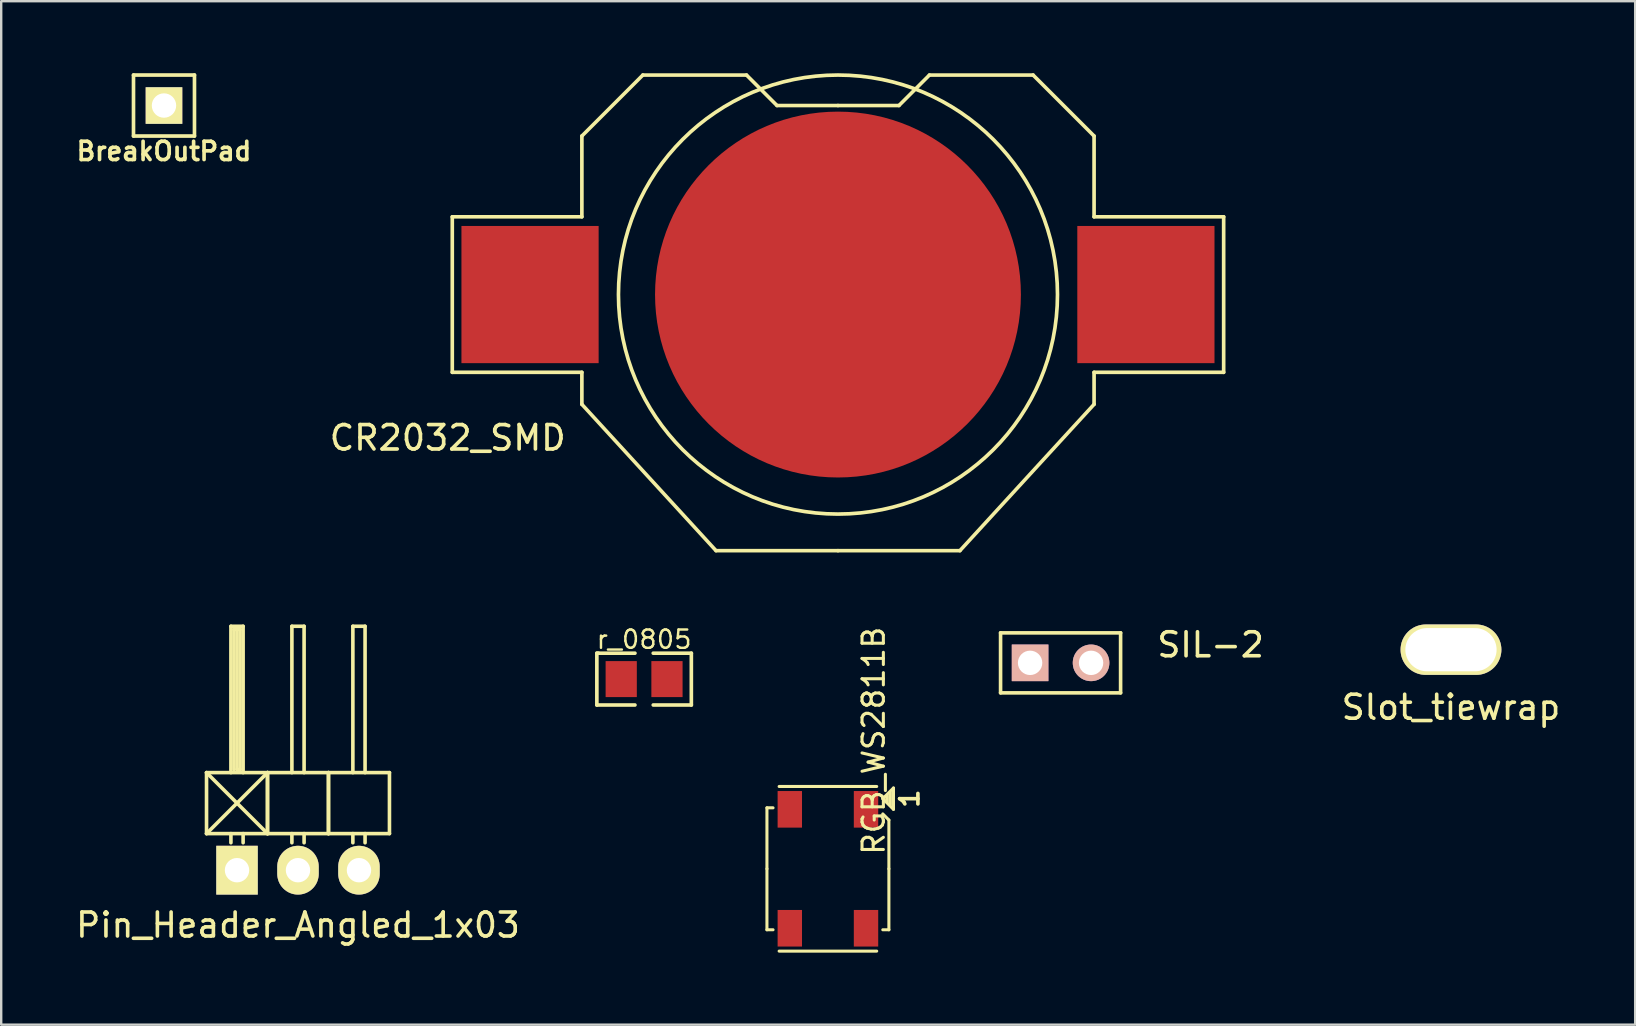
<source format=kicad_pcb>
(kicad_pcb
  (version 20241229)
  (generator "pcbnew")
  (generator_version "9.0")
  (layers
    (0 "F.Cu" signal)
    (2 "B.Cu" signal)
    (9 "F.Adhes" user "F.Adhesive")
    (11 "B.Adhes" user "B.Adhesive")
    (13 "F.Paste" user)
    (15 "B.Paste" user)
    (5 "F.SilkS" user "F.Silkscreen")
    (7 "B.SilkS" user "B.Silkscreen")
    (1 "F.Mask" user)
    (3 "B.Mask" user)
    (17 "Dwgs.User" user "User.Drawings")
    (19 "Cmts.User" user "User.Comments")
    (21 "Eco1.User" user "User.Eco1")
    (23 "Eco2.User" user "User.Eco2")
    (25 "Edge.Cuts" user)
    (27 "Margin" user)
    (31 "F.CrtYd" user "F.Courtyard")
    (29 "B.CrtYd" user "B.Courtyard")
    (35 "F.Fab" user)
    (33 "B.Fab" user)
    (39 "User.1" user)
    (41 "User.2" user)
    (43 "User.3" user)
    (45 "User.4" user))
  (footprint "CR2032_SMD"
    (layer "F.Cu")
    (at 31.856 9.22)
    (property "Reference" "CR2032_SMD" (at -16.256 5.969 0) (layer "F.SilkS") (effects (font (size 1.016 1.016) (thickness 0.152))))
    (attr through_hole)
    (fp_line (start -16.066 -3.239) (end -10.668 -3.239) (stroke (width 0.152) (type solid)) (layer "F.SilkS"))
    (fp_line (start -16.066 3.239) (end -16.066 -3.239) (stroke (width 0.152) (type solid)) (layer "F.SilkS"))
    (fp_line (start -10.668 -6.604) (end -8.128 -9.144) (stroke (width 0.15) (type solid)) (layer "F.SilkS"))
    (fp_line (start -10.668 -3.239) (end -10.668 -6.604) (stroke (width 0.152) (type solid)) (layer "F.SilkS"))
    (fp_line (start -10.668 3.239) (end -16.066 3.239) (stroke (width 0.152) (type solid)) (layer "F.SilkS"))
    (fp_line (start -10.668 4.572) (end -10.668 3.239) (stroke (width 0.152) (type solid)) (layer "F.SilkS"))
    (fp_line (start -8.128 -9.144) (end -3.81 -9.144) (stroke (width 0.15) (type solid)) (layer "F.SilkS"))
    (fp_line (start -5.08 10.668) (end -10.668 4.572) (stroke (width 0.15) (type solid)) (layer "F.SilkS"))
    (fp_line (start -3.81 -9.144) (end -2.54 -7.874) (stroke (width 0.15) (type solid)) (layer "F.SilkS"))
    (fp_line (start -2.54 -7.874) (end 0 -7.874) (stroke (width 0.15) (type solid)) (layer "F.SilkS"))
    (fp_line (start 0 -7.874) (end 2.54 -7.874) (stroke (width 0.15) (type solid)) (layer "F.SilkS"))
    (fp_line (start 0 10.668) (end -5.08 10.668) (stroke (width 0.15) (type solid)) (layer "F.SilkS"))
    (fp_line (start 2.54 -7.874) (end 3.81 -9.144) (stroke (width 0.15) (type solid)) (layer "F.SilkS"))
    (fp_line (start 3.81 -9.144) (end 8.128 -9.144) (stroke (width 0.15) (type solid)) (layer "F.SilkS"))
    (fp_line (start 5.08 10.668) (end 0 10.668) (stroke (width 0.15) (type solid)) (layer "F.SilkS"))
    (fp_line (start 8.128 -9.144) (end 10.668 -6.604) (stroke (width 0.15) (type solid)) (layer "F.SilkS"))
    (fp_line (start 10.668 -3.239) (end 10.668 -6.604) (stroke (width 0.152) (type solid)) (layer "F.SilkS"))
    (fp_line (start 10.668 3.239) (end 16.066 3.239) (stroke (width 0.152) (type solid)) (layer "F.SilkS"))
    (fp_line (start 10.668 4.572) (end 5.08 10.668) (stroke (width 0.15) (type solid)) (layer "F.SilkS"))
    (fp_line (start 10.668 4.572) (end 10.668 3.239) (stroke (width 0.152) (type solid)) (layer "F.SilkS"))
    (fp_line (start 16.066 -3.239) (end 10.668 -3.239) (stroke (width 0.152) (type solid)) (layer "F.SilkS"))
    (fp_line (start 16.066 3.239) (end 16.066 -3.239) (stroke (width 0.152) (type solid)) (layer "F.SilkS"))
    (fp_circle (center 0 0) (end 0 -9.144) (stroke (width 0.152) (type solid)) (fill no) (layer "F.SilkS"))
    (pad "1" smd rect (at -12.827 0) (size 5.715 5.715) (layers "F.Cu" "F.Mask" "F.Paste"))
    (pad "1" smd rect (at 12.827 0) (size 5.715 5.715) (layers "F.Cu" "F.Mask" "F.Paste"))
    (pad "2" smd circle (at 0 0) (size 15.24 15.24) (layers "F.Cu" "F.Mask" "F.Paste")))
  (footprint "Slot_tiewrap"
    (layer "F.Cu")
    (at 57.391 24.013)
    (property "Reference" "Slot_tiewrap" (at 0 2.4 0) (layer "F.SilkS") (effects (font (size 1 1) (thickness 0.15))))
    (attr through_hole)
    (pad "1" thru_hole oval (at 0 0) (size 4.2 2.1) (drill oval 3.8 1.8) (layers "*.Cu" "*.Mask" "F.SilkS")))
  (footprint "r_0805"
    (layer "F.Cu")
    (at 23.78 25.238)
    (property "Reference" "r_0805" (at 0 -1.651 0) (layer "F.SilkS") (effects (font (size 0.762 0.762) (thickness 0.102))))
    (attr smd)
    (fp_line (start -1.968 -1.079) (end -1.968 1.079) (stroke (width 0.152) (type solid)) (layer "F.SilkS"))
    (fp_line (start -1.968 1.079) (end -0.381 1.079) (stroke (width 0.152) (type solid)) (layer "F.SilkS"))
    (fp_line (start -1.905 -1.079) (end -1.968 -1.079) (stroke (width 0.152) (type solid)) (layer "F.SilkS"))
    (fp_line (start -0.381 -1.079) (end -1.905 -1.079) (stroke (width 0.152) (type solid)) (layer "F.SilkS"))
    (fp_line (start 0.381 1.079) (end 1.968 1.079) (stroke (width 0.152) (type solid)) (layer "F.SilkS"))
    (fp_line (start 1.968 -1.079) (end 0.381 -1.079) (stroke (width 0.152) (type solid)) (layer "F.SilkS"))
    (fp_line (start 1.968 1.079) (end 1.968 -1.079) (stroke (width 0.152) (type solid)) (layer "F.SilkS"))
    (pad "1" smd rect (at 0.953 0) (size 1.3 1.499) (layers "F.Cu" "F.Mask" "F.Paste"))
    (pad "2" smd rect (at -0.953 0) (size 1.3 1.499) (layers "F.Cu" "F.Mask" "F.Paste")))
  (footprint "RGB_WS2811B"
    (layer "F.Cu")
    (at 31.437 33.14)
    (property "Reference" "RGB_WS2811B" (at 1.905 -5.334 270) (layer "F.SilkS") (effects (font (size 0.889 0.889) (thickness 0.127))))
    (attr through_hole)
    (fp_line (start -2.54 -2.54) (end -2.286 -2.54) (stroke (width 0.127) (type solid)) (layer "F.SilkS"))
    (fp_line (start -2.54 0) (end -2.54 -2.54) (stroke (width 0.127) (type solid)) (layer "F.SilkS"))
    (fp_line (start -2.54 2.54) (end -2.54 0) (stroke (width 0.127) (type solid)) (layer "F.SilkS"))
    (fp_line (start -2.54 2.54) (end -2.286 2.54) (stroke (width 0.127) (type solid)) (layer "F.SilkS"))
    (fp_line (start 2.032 -3.429) (end -2.032 -3.429) (stroke (width 0.127) (type solid)) (layer "F.SilkS"))
    (fp_line (start 2.032 3.429) (end -2.032 3.429) (stroke (width 0.127) (type solid)) (layer "F.SilkS"))
    (fp_line (start 2.286 -2.921) (end 2.731 -3.365) (stroke (width 0.127) (type solid)) (layer "F.SilkS"))
    (fp_line (start 2.349 -2.857) (end 2.349 -2.985) (stroke (width 0.127) (type solid)) (layer "F.SilkS"))
    (fp_line (start 2.477 -2.794) (end 2.477 -3.048) (stroke (width 0.127) (type solid)) (layer "F.SilkS"))
    (fp_line (start 2.54 -2.032) (end 2.286 -2.286) (stroke (width 0.127) (type solid)) (layer "F.SilkS"))
    (fp_line (start 2.54 -2.032) (end 2.54 0) (stroke (width 0.127) (type solid)) (layer "F.SilkS"))
    (fp_line (start 2.54 0) (end 2.54 2.54) (stroke (width 0.127) (type solid)) (layer "F.SilkS"))
    (fp_line (start 2.54 2.54) (end 2.286 2.54) (stroke (width 0.127) (type solid)) (layer "F.SilkS"))
    (fp_line (start 2.603 -2.667) (end 2.603 -3.175) (stroke (width 0.127) (type solid)) (layer "F.SilkS"))
    (fp_line (start 2.731 -3.365) (end 2.731 -2.477) (stroke (width 0.127) (type solid)) (layer "F.SilkS"))
    (fp_line (start 2.731 -2.477) (end 2.286 -2.921) (stroke (width 0.127) (type solid)) (layer "F.SilkS"))
    (fp_text user "1" (at 3.404 -2.921 270) (layer "F.SilkS") (effects (font (size 0.762 0.762) (thickness 0.152))))
    (pad "1" smd rect (at -1.587 2.477 180) (size 1.016 1.524) (layers "F.Cu" "F.Mask" "F.Paste"))
    (pad "2" smd rect (at 1.587 2.477 180) (size 1.016 1.524) (layers "F.Cu" "F.Mask" "F.Paste"))
    (pad "3" smd rect (at 1.587 -2.477 180) (size 1.016 1.524) (layers "F.Cu" "F.Mask" "F.Paste"))
    (pad "4" smd rect (at -1.587 -2.477 180) (size 1.016 1.524) (layers "F.Cu" "F.Mask" "F.Paste")))
  (footprint "Pin_Header_Angled_1x03"
    (layer "F.Cu")
    (at 9.363 33.198)
    (property "Reference" "Pin_Header_Angled_1x03" (at 0 2.286 0) (layer "F.SilkS") (effects (font (size 1 1) (thickness 0.15))))
    (attr through_hole)
    (fp_line (start -3.81 -4.064) (end -1.27 -1.524) (stroke (width 0.15) (type solid)) (layer "F.SilkS"))
    (fp_line (start -3.81 -1.524) (end -3.81 -4.064) (stroke (width 0.15) (type solid)) (layer "F.SilkS"))
    (fp_line (start -3.81 -1.524) (end -1.27 -1.524) (stroke (width 0.15) (type solid)) (layer "F.SilkS"))
    (fp_line (start -2.794 -10.16) (end -2.286 -10.16) (stroke (width 0.15) (type solid)) (layer "F.SilkS"))
    (fp_line (start -2.794 -4.064) (end -2.794 -10.16) (stroke (width 0.15) (type solid)) (layer "F.SilkS"))
    (fp_line (start -2.794 -1.524) (end -2.794 -1.143) (stroke (width 0.15) (type solid)) (layer "F.SilkS"))
    (fp_line (start -2.667 -10.033) (end -2.413 -10.033) (stroke (width 0.15) (type solid)) (layer "F.SilkS"))
    (fp_line (start -2.667 -4.191) (end -2.667 -10.033) (stroke (width 0.15) (type solid)) (layer "F.SilkS"))
    (fp_line (start -2.54 -4.191) (end -2.54 -10.033) (stroke (width 0.15) (type solid)) (layer "F.SilkS"))
    (fp_line (start -2.413 -10.033) (end -2.413 -4.191) (stroke (width 0.15) (type solid)) (layer "F.SilkS"))
    (fp_line (start -2.413 -4.191) (end -2.54 -4.191) (stroke (width 0.15) (type solid)) (layer "F.SilkS"))
    (fp_line (start -2.286 -10.16) (end -2.286 -4.064) (stroke (width 0.15) (type solid)) (layer "F.SilkS"))
    (fp_line (start -2.286 -1.524) (end -2.286 -1.143) (stroke (width 0.15) (type solid)) (layer "F.SilkS"))
    (fp_line (start -1.27 -4.064) (end -3.81 -4.064) (stroke (width 0.15) (type solid)) (layer "F.SilkS"))
    (fp_line (start -1.27 -4.064) (end -3.81 -1.524) (stroke (width 0.15) (type solid)) (layer "F.SilkS"))
    (fp_line (start -1.27 -1.524) (end -1.27 -4.064) (stroke (width 0.15) (type solid)) (layer "F.SilkS"))
    (fp_line (start -1.27 -1.524) (end -1.27 -4.064) (stroke (width 0.15) (type solid)) (layer "F.SilkS"))
    (fp_line (start -1.27 -1.524) (end 1.27 -1.524) (stroke (width 0.15) (type solid)) (layer "F.SilkS"))
    (fp_line (start -0.254 -10.16) (end 0.254 -10.16) (stroke (width 0.15) (type solid)) (layer "F.SilkS"))
    (fp_line (start -0.254 -4.064) (end -0.254 -10.16) (stroke (width 0.15) (type solid)) (layer "F.SilkS"))
    (fp_line (start -0.254 -1.524) (end -0.254 -1.143) (stroke (width 0.15) (type solid)) (layer "F.SilkS"))
    (fp_line (start 0.254 -10.16) (end 0.254 -4.064) (stroke (width 0.15) (type solid)) (layer "F.SilkS"))
    (fp_line (start 0.254 -1.524) (end 0.254 -1.143) (stroke (width 0.15) (type solid)) (layer "F.SilkS"))
    (fp_line (start 1.27 -4.064) (end -1.27 -4.064) (stroke (width 0.15) (type solid)) (layer "F.SilkS"))
    (fp_line (start 1.27 -1.524) (end 1.27 -4.064) (stroke (width 0.15) (type solid)) (layer "F.SilkS"))
    (fp_line (start 1.27 -1.524) (end 1.27 -4.064) (stroke (width 0.15) (type solid)) (layer "F.SilkS"))
    (fp_line (start 1.27 -1.524) (end 3.81 -1.524) (stroke (width 0.15) (type solid)) (layer "F.SilkS"))
    (fp_line (start 2.286 -10.16) (end 2.794 -10.16) (stroke (width 0.15) (type solid)) (layer "F.SilkS"))
    (fp_line (start 2.286 -4.064) (end 2.286 -10.16) (stroke (width 0.15) (type solid)) (layer "F.SilkS"))
    (fp_line (start 2.286 -1.524) (end 2.286 -1.143) (stroke (width 0.15) (type solid)) (layer "F.SilkS"))
    (fp_line (start 2.794 -10.16) (end 2.794 -4.064) (stroke (width 0.15) (type solid)) (layer "F.SilkS"))
    (fp_line (start 2.794 -1.524) (end 2.794 -1.143) (stroke (width 0.15) (type solid)) (layer "F.SilkS"))
    (fp_line (start 3.81 -4.064) (end 1.27 -4.064) (stroke (width 0.15) (type solid)) (layer "F.SilkS"))
    (fp_line (start 3.81 -1.524) (end 3.81 -4.064) (stroke (width 0.15) (type solid)) (layer "F.SilkS"))
    (pad "1" thru_hole rect (at -2.54 0) (size 1.727 2.032) (drill 1.016) (layers "*.Cu" "*.Mask" "F.SilkS"))
    (pad "2" thru_hole oval (at 0 0) (size 1.727 2.032) (drill 1.016) (layers "*.Cu" "*.Mask" "F.SilkS"))
    (pad "3" thru_hole oval (at 2.54 0) (size 1.727 2.032) (drill 1.016) (layers "*.Cu" "*.Mask" "F.SilkS")))
  (footprint "BreakOutPad"
    (layer "F.Cu")
    (at 3.781 1.346)
    (property "Reference" "BreakOutPad" (at 0 1.905 0) (layer "F.SilkS") (effects (font (size 0.762 0.762) (thickness 0.152))))
    (attr through_hole)
    (fp_line (start -1.27 -1.27) (end 1.27 -1.27) (stroke (width 0.152) (type solid)) (layer "F.SilkS"))
    (fp_line (start -1.27 1.27) (end -1.27 -1.27) (stroke (width 0.152) (type solid)) (layer "F.SilkS"))
    (fp_line (start 1.27 -1.27) (end 1.27 1.27) (stroke (width 0.152) (type solid)) (layer "F.SilkS"))
    (fp_line (start 1.27 1.27) (end -1.27 1.27) (stroke (width 0.152) (type solid)) (layer "F.SilkS"))
    (pad "1" thru_hole rect (at 0 0) (size 1.524 1.524) (drill 1.016) (layers "*.Cu" "*.Mask" "F.SilkS")))
  (footprint "SIL-2"
    (layer "F.Cu")
    (at 41.129 24.561)
    (property "Reference" "SIL-2" (at 6.25 -0.75 0) (layer "F.SilkS") (effects (font (size 1 1) (thickness 0.15))))
    (attr through_hole)
    (fp_line (start -2.5 -1.25) (end 2.5 -1.25) (stroke (width 0.15) (type solid)) (layer "F.SilkS"))
    (fp_line (start -2.5 1.25) (end -2.5 -1.25) (stroke (width 0.15) (type solid)) (layer "F.SilkS"))
    (fp_line (start 2.5 -1.25) (end 2.5 1.25) (stroke (width 0.15) (type solid)) (layer "F.SilkS"))
    (fp_line (start 2.5 1.25) (end -2.5 1.25) (stroke (width 0.15) (type solid)) (layer "F.SilkS"))
    (pad "1" thru_hole rect (at -1.27 0) (size 1.524 1.524) (drill 1.016) (layers "*.Cu" "*.Mask" "B.SilkS"))
    (pad "2" thru_hole circle (at 1.27 0) (size 1.524 1.524) (drill 1.016) (layers "*.Cu" "*.Mask" "B.SilkS")))
  (gr_rect
    (start -3 -3)
    (end 65.064 39.633)
    (stroke (width 0.1) (type default))
    (fill no)
    (layer "Edge.Cuts")))
</source>
